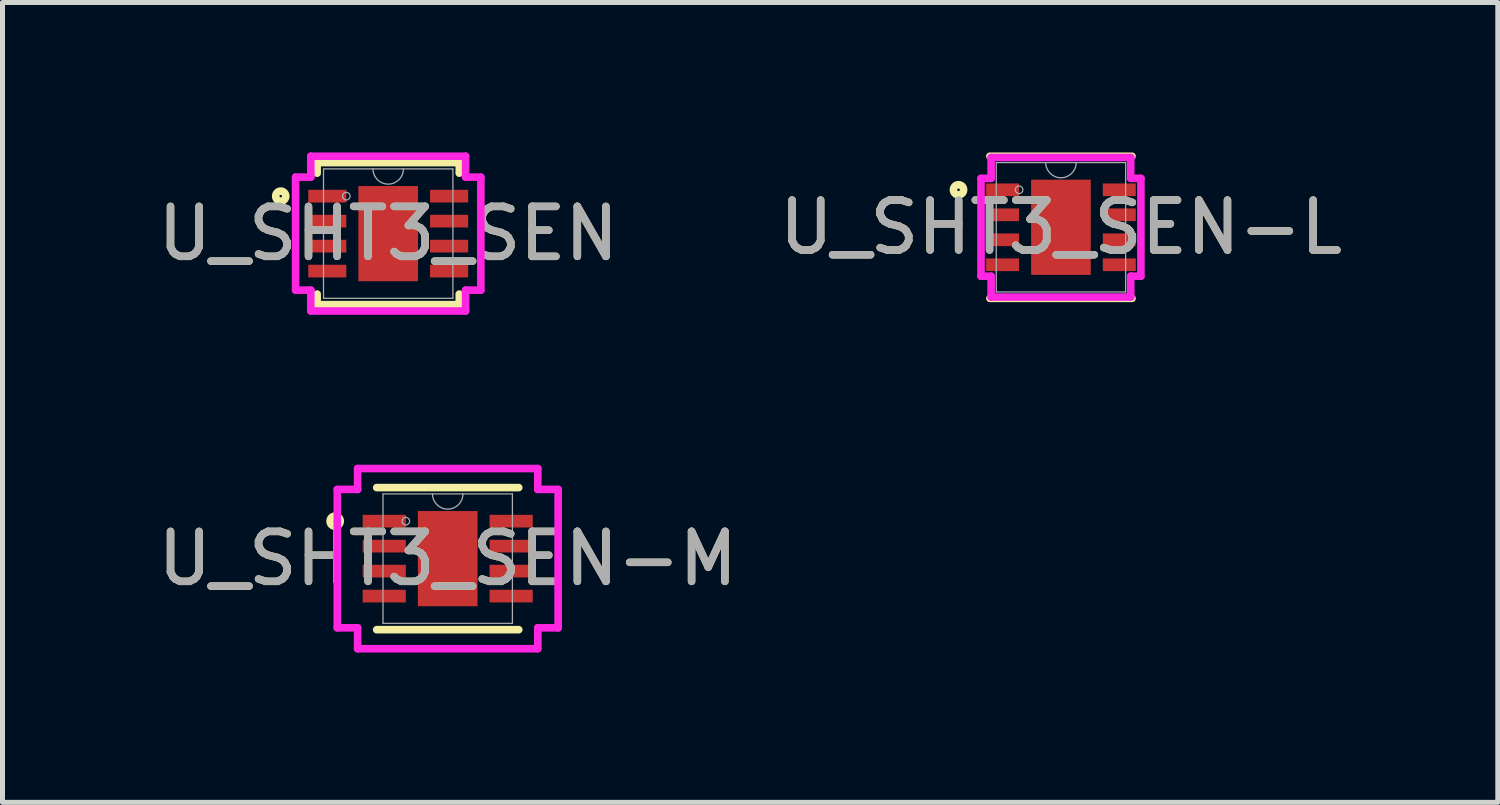
<source format=kicad_pcb>
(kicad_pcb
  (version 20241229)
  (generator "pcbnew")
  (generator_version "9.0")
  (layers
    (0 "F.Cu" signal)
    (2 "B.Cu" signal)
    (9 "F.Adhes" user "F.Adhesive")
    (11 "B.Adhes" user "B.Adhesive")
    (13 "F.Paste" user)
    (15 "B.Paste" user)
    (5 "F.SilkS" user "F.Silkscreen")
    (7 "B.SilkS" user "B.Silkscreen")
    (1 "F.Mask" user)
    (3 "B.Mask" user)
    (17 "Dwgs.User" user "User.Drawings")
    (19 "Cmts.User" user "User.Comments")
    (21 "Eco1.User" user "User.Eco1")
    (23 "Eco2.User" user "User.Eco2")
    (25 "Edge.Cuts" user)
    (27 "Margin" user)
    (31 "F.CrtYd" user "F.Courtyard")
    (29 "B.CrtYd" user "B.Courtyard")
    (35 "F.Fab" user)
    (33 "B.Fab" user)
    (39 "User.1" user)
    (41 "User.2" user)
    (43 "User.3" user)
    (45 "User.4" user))
  (footprint "U_SHT3_SEN-M"
    (layer "F.Cu")
    (at 5.911 8.131)
    (property "Reference" "U_SHT3_SEN-M" (at 0 0 0) (unlocked yes) (layer "F.SilkS") (effects (font (size 1 1) (thickness 0.15))))
    (attr smd)
    (fp_line (start -1.422 1.422) (end 1.422 1.422) (stroke (width 0.152) (type solid)) (layer "F.SilkS"))
    (fp_line (start 1.422 -1.422) (end -1.422 -1.422) (stroke (width 0.152) (type solid)) (layer "F.SilkS"))
    (fp_circle (center -2.253 -0.75) (end -2.151 -0.75) (stroke (width 0.152) (type solid)) (fill no) (layer "F.SilkS"))
    (fp_line (start -2.21 -1.385) (end -1.803 -1.385) (stroke (width 0.152) (type solid)) (layer "F.CrtYd"))
    (fp_line (start -2.21 1.385) (end -2.21 -1.385) (stroke (width 0.152) (type solid)) (layer "F.CrtYd"))
    (fp_line (start -2.21 1.385) (end -1.803 1.385) (stroke (width 0.152) (type solid)) (layer "F.CrtYd"))
    (fp_line (start -1.803 -1.803) (end 1.803 -1.803) (stroke (width 0.152) (type solid)) (layer "F.CrtYd"))
    (fp_line (start -1.803 -1.385) (end -1.803 -1.803) (stroke (width 0.152) (type solid)) (layer "F.CrtYd"))
    (fp_line (start -1.803 1.803) (end -1.803 1.385) (stroke (width 0.152) (type solid)) (layer "F.CrtYd"))
    (fp_line (start 1.803 -1.803) (end 1.803 -1.385) (stroke (width 0.152) (type solid)) (layer "F.CrtYd"))
    (fp_line (start 1.803 1.385) (end 1.803 1.803) (stroke (width 0.152) (type solid)) (layer "F.CrtYd"))
    (fp_line (start 1.803 1.803) (end -1.803 1.803) (stroke (width 0.152) (type solid)) (layer "F.CrtYd"))
    (fp_line (start 2.21 -1.385) (end 1.803 -1.385) (stroke (width 0.152) (type solid)) (layer "F.CrtYd"))
    (fp_line (start 2.21 -1.385) (end 2.21 1.385) (stroke (width 0.152) (type solid)) (layer "F.CrtYd"))
    (fp_line (start 2.21 1.385) (end 1.803 1.385) (stroke (width 0.152) (type solid)) (layer "F.CrtYd"))
    (fp_line (start -1.295 -1.295) (end -1.295 1.295) (stroke (width 0.025) (type solid)) (layer "F.Fab"))
    (fp_line (start -1.295 1.295) (end 1.295 1.295) (stroke (width 0.025) (type solid)) (layer "F.Fab"))
    (fp_line (start 1.295 -1.295) (end -1.295 -1.295) (stroke (width 0.025) (type solid)) (layer "F.Fab"))
    (fp_line (start 1.295 1.295) (end 1.295 -1.295) (stroke (width 0.025) (type solid)) (layer "F.Fab"))
    (fp_arc (start 0.3048 -1.2954) (mid 0 -0.9906) (end -0.3048 -1.2954) (stroke (width 0.0254) (type solid)) (layer "F.Fab"))
    (fp_circle (center -0.838 -0.75) (end -0.762 -0.75) (stroke (width 0.025) (type solid)) (fill no) (layer "F.Fab"))
    (fp_text user "${REFERENCE}" (at 0 0 0) (unlocked yes) (layer "F.Fab") (effects (font (size 1 1) (thickness 0.15))))
    (pad "1" smd rect (at -1.27 -0.75) (size 0.864 0.254) (layers "F.Cu" "F.Mask" "F.Paste"))
    (pad "2" smd rect (at -1.27 -0.25) (size 0.864 0.254) (layers "F.Cu" "F.Mask" "F.Paste"))
    (pad "3" smd rect (at -1.27 0.25) (size 0.864 0.254) (layers "F.Cu" "F.Mask" "F.Paste"))
    (pad "4" smd rect (at -1.27 0.75) (size 0.864 0.254) (layers "F.Cu" "F.Mask" "F.Paste"))
    (pad "5" smd rect (at 1.27 0.75) (size 0.864 0.254) (layers "F.Cu" "F.Mask" "F.Paste"))
    (pad "6" smd rect (at 1.27 0.25) (size 0.864 0.254) (layers "F.Cu" "F.Mask" "F.Paste"))
    (pad "7" smd rect (at 1.27 -0.25) (size 0.864 0.254) (layers "F.Cu" "F.Mask" "F.Paste"))
    (pad "8" smd rect (at 1.27 -0.75) (size 0.864 0.254) (layers "F.Cu" "F.Mask" "F.Paste"))
    (pad "9" smd rect (at 0 0) (size 1.194 1.905) (layers "F.Cu" "F.Mask" "F.Paste")))
  (footprint "U_SHT3_SEN-L"
    (layer "F.Cu")
    (at 18.185 1.499)
    (property "Reference" "U_SHT3_SEN-L" (at 0 0 0) (unlocked yes) (layer "F.SilkS") (effects (font (size 1 1) (thickness 0.15))))
    (attr smd)
    (fp_line (start -1.422 1.422) (end 1.422 1.422) (stroke (width 0.152) (type solid)) (layer "F.SilkS"))
    (fp_line (start 1.422 -1.422) (end -1.422 -1.422) (stroke (width 0.152) (type solid)) (layer "F.SilkS"))
    (fp_circle (center -2.05 -0.75) (end -1.948 -0.75) (stroke (width 0.152) (type solid)) (fill no) (layer "F.SilkS"))
    (fp_line (start -1.6 -0.979) (end -1.397 -0.979) (stroke (width 0.152) (type solid)) (layer "F.CrtYd"))
    (fp_line (start -1.6 0.979) (end -1.6 -0.979) (stroke (width 0.152) (type solid)) (layer "F.CrtYd"))
    (fp_line (start -1.6 0.979) (end -1.397 0.979) (stroke (width 0.152) (type solid)) (layer "F.CrtYd"))
    (fp_line (start -1.397 -1.397) (end 1.397 -1.397) (stroke (width 0.152) (type solid)) (layer "F.CrtYd"))
    (fp_line (start -1.397 -0.979) (end -1.397 -1.397) (stroke (width 0.152) (type solid)) (layer "F.CrtYd"))
    (fp_line (start -1.397 1.397) (end -1.397 0.979) (stroke (width 0.152) (type solid)) (layer "F.CrtYd"))
    (fp_line (start 1.397 -1.397) (end 1.397 -0.979) (stroke (width 0.152) (type solid)) (layer "F.CrtYd"))
    (fp_line (start 1.397 0.979) (end 1.397 1.397) (stroke (width 0.152) (type solid)) (layer "F.CrtYd"))
    (fp_line (start 1.397 1.397) (end -1.397 1.397) (stroke (width 0.152) (type solid)) (layer "F.CrtYd"))
    (fp_line (start 1.6 -0.979) (end 1.397 -0.979) (stroke (width 0.152) (type solid)) (layer "F.CrtYd"))
    (fp_line (start 1.6 -0.979) (end 1.6 0.979) (stroke (width 0.152) (type solid)) (layer "F.CrtYd"))
    (fp_line (start 1.6 0.979) (end 1.397 0.979) (stroke (width 0.152) (type solid)) (layer "F.CrtYd"))
    (fp_line (start -1.295 -1.295) (end -1.295 1.295) (stroke (width 0.025) (type solid)) (layer "F.Fab"))
    (fp_line (start -1.295 1.295) (end 1.295 1.295) (stroke (width 0.025) (type solid)) (layer "F.Fab"))
    (fp_line (start 1.295 -1.295) (end -1.295 -1.295) (stroke (width 0.025) (type solid)) (layer "F.Fab"))
    (fp_line (start 1.295 1.295) (end 1.295 -1.295) (stroke (width 0.025) (type solid)) (layer "F.Fab"))
    (fp_arc (start 0.3048 -1.2954) (mid 0 -0.9906) (end -0.3048 -1.2954) (stroke (width 0.0254) (type solid)) (layer "F.Fab"))
    (fp_circle (center -0.838 -0.75) (end -0.762 -0.75) (stroke (width 0.025) (type solid)) (fill no) (layer "F.Fab"))
    (fp_text user "${REFERENCE}" (at 0 0 0) (unlocked yes) (layer "F.Fab") (effects (font (size 1 1) (thickness 0.15))))
    (pad "1" smd rect (at -1.168 -0.75) (size 0.66 0.254) (layers "F.Cu" "F.Mask" "F.Paste"))
    (pad "2" smd rect (at -1.168 -0.25) (size 0.66 0.254) (layers "F.Cu" "F.Mask" "F.Paste"))
    (pad "3" smd rect (at -1.168 0.25) (size 0.66 0.254) (layers "F.Cu" "F.Mask" "F.Paste"))
    (pad "4" smd rect (at -1.168 0.75) (size 0.66 0.254) (layers "F.Cu" "F.Mask" "F.Paste"))
    (pad "5" smd rect (at 1.168 0.75) (size 0.66 0.254) (layers "F.Cu" "F.Mask" "F.Paste"))
    (pad "6" smd rect (at 1.168 0.25) (size 0.66 0.254) (layers "F.Cu" "F.Mask" "F.Paste"))
    (pad "7" smd rect (at 1.168 -0.25) (size 0.66 0.254) (layers "F.Cu" "F.Mask" "F.Paste"))
    (pad "8" smd rect (at 1.168 -0.75) (size 0.66 0.254) (layers "F.Cu" "F.Mask" "F.Paste"))
    (pad "9" smd rect (at 0 0) (size 1.194 1.905) (layers "F.Cu" "F.Mask" "F.Paste")))
  (footprint "U_SHT3_SEN"
    (layer "F.Cu")
    (at 4.72 1.626)
    (property "Reference" "U_SHT3_SEN" (at 0 0 0) (unlocked yes) (layer "F.SilkS") (effects (font (size 1 1) (thickness 0.15))))
    (attr smd)
    (fp_line (start -1.422 -1.422) (end -1.422 -1.21) (stroke (width 0.152) (type solid)) (layer "F.SilkS"))
    (fp_line (start -1.422 1.21) (end -1.422 1.422) (stroke (width 0.152) (type solid)) (layer "F.SilkS"))
    (fp_line (start -1.422 1.422) (end 1.422 1.422) (stroke (width 0.152) (type solid)) (layer "F.SilkS"))
    (fp_line (start 1.422 -1.422) (end -1.422 -1.422) (stroke (width 0.152) (type solid)) (layer "F.SilkS"))
    (fp_line (start 1.422 -1.21) (end 1.422 -1.422) (stroke (width 0.152) (type solid)) (layer "F.SilkS"))
    (fp_line (start 1.422 1.422) (end 1.422 1.21) (stroke (width 0.152) (type solid)) (layer "F.SilkS"))
    (fp_circle (center -2.151 -0.75) (end -2.05 -0.75) (stroke (width 0.152) (type solid)) (fill no) (layer "F.SilkS"))
    (fp_line (start -1.854 -1.131) (end -1.549 -1.131) (stroke (width 0.152) (type solid)) (layer "F.CrtYd"))
    (fp_line (start -1.854 1.131) (end -1.854 -1.131) (stroke (width 0.152) (type solid)) (layer "F.CrtYd"))
    (fp_line (start -1.854 1.131) (end -1.549 1.131) (stroke (width 0.152) (type solid)) (layer "F.CrtYd"))
    (fp_line (start -1.549 -1.549) (end 1.549 -1.549) (stroke (width 0.152) (type solid)) (layer "F.CrtYd"))
    (fp_line (start -1.549 -1.131) (end -1.549 -1.549) (stroke (width 0.152) (type solid)) (layer "F.CrtYd"))
    (fp_line (start -1.549 1.549) (end -1.549 1.131) (stroke (width 0.152) (type solid)) (layer "F.CrtYd"))
    (fp_line (start 1.549 -1.549) (end 1.549 -1.131) (stroke (width 0.152) (type solid)) (layer "F.CrtYd"))
    (fp_line (start 1.549 1.131) (end 1.549 1.549) (stroke (width 0.152) (type solid)) (layer "F.CrtYd"))
    (fp_line (start 1.549 1.549) (end -1.549 1.549) (stroke (width 0.152) (type solid)) (layer "F.CrtYd"))
    (fp_line (start 1.854 -1.131) (end 1.549 -1.131) (stroke (width 0.152) (type solid)) (layer "F.CrtYd"))
    (fp_line (start 1.854 -1.131) (end 1.854 1.131) (stroke (width 0.152) (type solid)) (layer "F.CrtYd"))
    (fp_line (start 1.854 1.131) (end 1.549 1.131) (stroke (width 0.152) (type solid)) (layer "F.CrtYd"))
    (fp_line (start -1.295 -1.295) (end -1.295 1.295) (stroke (width 0.025) (type solid)) (layer "F.Fab"))
    (fp_line (start -1.295 1.295) (end 1.295 1.295) (stroke (width 0.025) (type solid)) (layer "F.Fab"))
    (fp_line (start 1.295 -1.295) (end -1.295 -1.295) (stroke (width 0.025) (type solid)) (layer "F.Fab"))
    (fp_line (start 1.295 1.295) (end 1.295 -1.295) (stroke (width 0.025) (type solid)) (layer "F.Fab"))
    (fp_arc (start 0.3048 -1.2954) (mid 0 -0.9906) (end -0.3048 -1.2954) (stroke (width 0.0254) (type solid)) (layer "F.Fab"))
    (fp_circle (center -0.838 -0.75) (end -0.762 -0.75) (stroke (width 0.025) (type solid)) (fill no) (layer "F.Fab"))
    (fp_text user "${REFERENCE}" (at 0 0 0) (unlocked yes) (layer "F.Fab") (effects (font (size 1 1) (thickness 0.15))))
    (pad "1" smd rect (at -1.219 -0.75) (size 0.762 0.254) (layers "F.Cu" "F.Mask" "F.Paste"))
    (pad "2" smd rect (at -1.219 -0.25) (size 0.762 0.254) (layers "F.Cu" "F.Mask" "F.Paste"))
    (pad "3" smd rect (at -1.219 0.25) (size 0.762 0.254) (layers "F.Cu" "F.Mask" "F.Paste"))
    (pad "4" smd rect (at -1.219 0.75) (size 0.762 0.254) (layers "F.Cu" "F.Mask" "F.Paste"))
    (pad "5" smd rect (at 1.219 0.75) (size 0.762 0.254) (layers "F.Cu" "F.Mask" "F.Paste"))
    (pad "6" smd rect (at 1.219 0.25) (size 0.762 0.254) (layers "F.Cu" "F.Mask" "F.Paste"))
    (pad "7" smd rect (at 1.219 -0.25) (size 0.762 0.254) (layers "F.Cu" "F.Mask" "F.Paste"))
    (pad "8" smd rect (at 1.219 -0.75) (size 0.762 0.254) (layers "F.Cu" "F.Mask" "F.Paste"))
    (pad "9" smd rect (at 0 0) (size 1.194 1.905) (layers "F.Cu" "F.Mask" "F.Paste")))
  (gr_rect
    (start -3 -3)
    (end 26.929 13.01)
    (stroke (width 0.1) (type default))
    (fill no)
    (layer "Edge.Cuts")))
</source>
